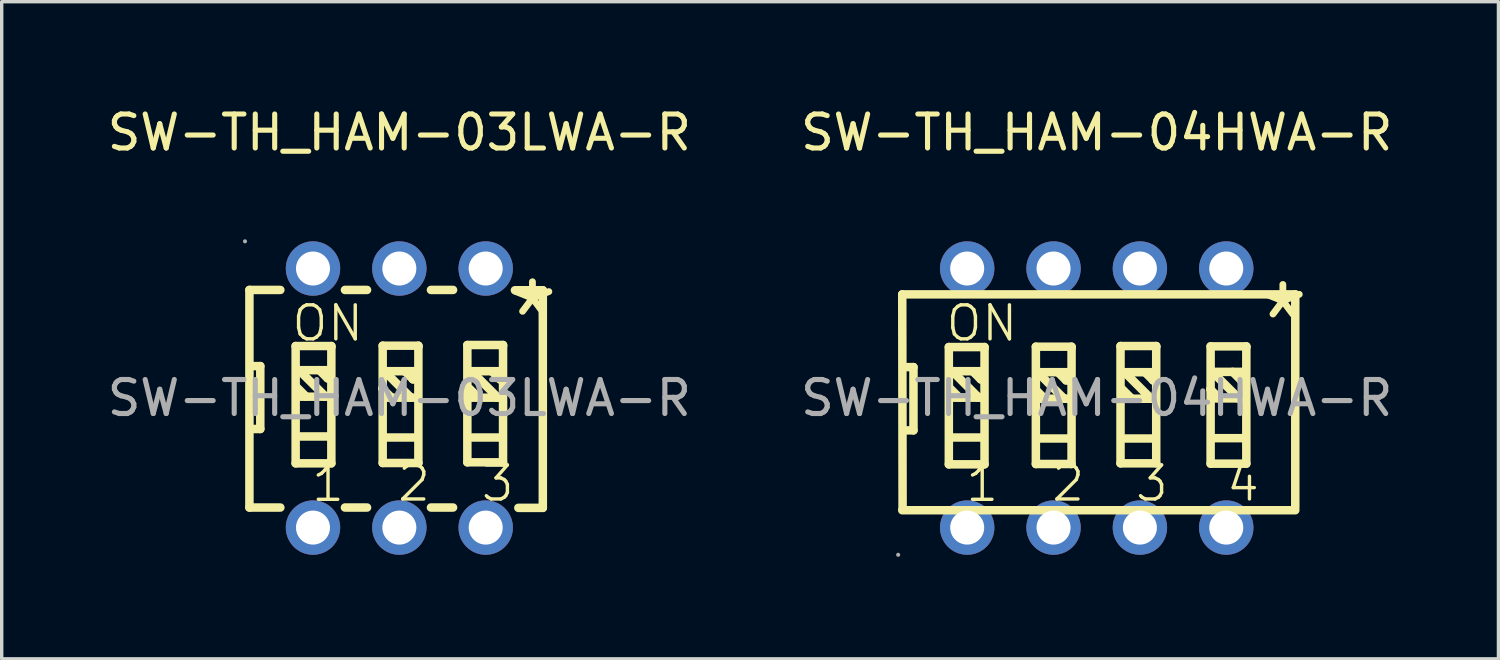
<source format=kicad_pcb>
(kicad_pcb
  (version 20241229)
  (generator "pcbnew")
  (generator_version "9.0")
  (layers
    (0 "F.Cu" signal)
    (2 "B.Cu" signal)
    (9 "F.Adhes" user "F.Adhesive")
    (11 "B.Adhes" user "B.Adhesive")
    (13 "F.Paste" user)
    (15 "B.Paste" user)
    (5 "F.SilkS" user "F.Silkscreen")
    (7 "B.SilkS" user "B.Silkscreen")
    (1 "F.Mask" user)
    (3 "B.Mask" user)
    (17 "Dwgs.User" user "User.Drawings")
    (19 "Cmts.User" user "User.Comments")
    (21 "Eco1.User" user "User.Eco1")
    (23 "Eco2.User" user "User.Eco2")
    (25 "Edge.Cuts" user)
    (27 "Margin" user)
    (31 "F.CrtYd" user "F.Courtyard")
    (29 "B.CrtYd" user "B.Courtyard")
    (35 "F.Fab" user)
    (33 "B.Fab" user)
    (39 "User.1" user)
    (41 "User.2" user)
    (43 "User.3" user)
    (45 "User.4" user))
  (footprint "SW-TH_HAM-04HWA-R"
    (layer "F.Cu")
    (at 29.208 8.658)
    (property "Reference" "SW-TH_HAM-04HWA-R" (at 0 -7.81 0) (layer "F.SilkS") (effects (font (size 1 1) (thickness 0.15))))
    (attr through_hole)
    (fp_line (start -5.72 -3.05) (end -5.71 3.25) (stroke (width 0.25) (type solid)) (layer "F.SilkS"))
    (fp_line (start -5.72 -3.05) (end 5.84 -3.05) (stroke (width 0.25) (type solid)) (layer "F.SilkS"))
    (fp_line (start -5.72 3.3) (end 5.84 3.3) (stroke (width 0.25) (type solid)) (layer "F.SilkS"))
    (fp_line (start -5.69 -0.91) (end -5.39 -0.91) (stroke (width 0.25) (type solid)) (layer "F.SilkS"))
    (fp_line (start -5.39 -0.91) (end -5.39 0.95) (stroke (width 0.25) (type solid)) (layer "F.SilkS"))
    (fp_line (start -5.39 0.95) (end -5.66 0.95) (stroke (width 0.25) (type solid)) (layer "F.SilkS"))
    (fp_line (start -4.35 -1.5) (end -4.35 1.95) (stroke (width 0.25) (type solid)) (layer "F.SilkS"))
    (fp_line (start -4.35 1.95) (end -3.3 1.95) (stroke (width 0.25) (type solid)) (layer "F.SilkS"))
    (fp_line (start -4.25 -0.79) (end -3.5 -0.04) (stroke (width 0.25) (type solid)) (layer "F.SilkS"))
    (fp_line (start -4.24 -0.01) (end -3.37 -0.01) (stroke (width 0.25) (type solid)) (layer "F.SilkS"))
    (fp_line (start -4.22 -0.79) (end -3.35 -0.79) (stroke (width 0.25) (type solid)) (layer "F.SilkS"))
    (fp_line (start -4.22 1.16) (end -3.35 1.16) (stroke (width 0.25) (type solid)) (layer "F.SilkS"))
    (fp_line (start -4.04 -0.01) (end -4.31 -0.28) (stroke (width 0.25) (type solid)) (layer "F.SilkS"))
    (fp_line (start -3.65 -0.79) (end -3.41 -0.55) (stroke (width 0.25) (type solid)) (layer "F.SilkS"))
    (fp_line (start -3.5 -0.04) (end -3.5 -0.01) (stroke (width 0.25) (type solid)) (layer "F.SilkS"))
    (fp_line (start -3.41 -0.55) (end -3.38 -0.55) (stroke (width 0.25) (type solid)) (layer "F.SilkS"))
    (fp_line (start -3.3 -1.5) (end -4.35 -1.5) (stroke (width 0.25) (type solid)) (layer "F.SilkS"))
    (fp_line (start -3.3 -1.47) (end -3.3 -1.5) (stroke (width 0.25) (type solid)) (layer "F.SilkS"))
    (fp_line (start -3.3 1.95) (end -3.3 -1.47) (stroke (width 0.25) (type solid)) (layer "F.SilkS"))
    (fp_line (start -1.79 -1.51) (end -1.79 1.94) (stroke (width 0.25) (type solid)) (layer "F.SilkS"))
    (fp_line (start -1.79 1.94) (end -0.74 1.94) (stroke (width 0.25) (type solid)) (layer "F.SilkS"))
    (fp_line (start -1.74 -0.76) (end -0.99 -0.01) (stroke (width 0.25) (type solid)) (layer "F.SilkS"))
    (fp_line (start -1.73 0.02) (end -0.86 0.02) (stroke (width 0.25) (type solid)) (layer "F.SilkS"))
    (fp_line (start -1.71 -0.76) (end -0.84 -0.76) (stroke (width 0.25) (type solid)) (layer "F.SilkS"))
    (fp_line (start -1.71 1.19) (end -0.84 1.19) (stroke (width 0.25) (type solid)) (layer "F.SilkS"))
    (fp_line (start -1.53 0.02) (end -1.8 -0.25) (stroke (width 0.25) (type solid)) (layer "F.SilkS"))
    (fp_line (start -1.14 -0.76) (end -0.9 -0.52) (stroke (width 0.25) (type solid)) (layer "F.SilkS"))
    (fp_line (start -0.99 -0.01) (end -0.99 0.02) (stroke (width 0.25) (type solid)) (layer "F.SilkS"))
    (fp_line (start -0.9 -0.52) (end -0.87 -0.52) (stroke (width 0.25) (type solid)) (layer "F.SilkS"))
    (fp_line (start -0.74 -1.51) (end -1.79 -1.51) (stroke (width 0.25) (type solid)) (layer "F.SilkS"))
    (fp_line (start -0.74 -1.48) (end -0.74 -1.51) (stroke (width 0.25) (type solid)) (layer "F.SilkS"))
    (fp_line (start -0.74 1.94) (end -0.74 -1.48) (stroke (width 0.25) (type solid)) (layer "F.SilkS"))
    (fp_line (start 0.7 -1.53) (end 0.7 1.92) (stroke (width 0.25) (type solid)) (layer "F.SilkS"))
    (fp_line (start 0.7 1.92) (end 1.75 1.92) (stroke (width 0.25) (type solid)) (layer "F.SilkS"))
    (fp_line (start 0.82 -0.76) (end 1.57 -0.01) (stroke (width 0.25) (type solid)) (layer "F.SilkS"))
    (fp_line (start 0.83 0.02) (end 1.7 0.02) (stroke (width 0.25) (type solid)) (layer "F.SilkS"))
    (fp_line (start 0.85 -0.76) (end 1.72 -0.76) (stroke (width 0.25) (type solid)) (layer "F.SilkS"))
    (fp_line (start 0.85 1.19) (end 1.72 1.19) (stroke (width 0.25) (type solid)) (layer "F.SilkS"))
    (fp_line (start 1.03 0.02) (end 0.76 -0.25) (stroke (width 0.25) (type solid)) (layer "F.SilkS"))
    (fp_line (start 1.42 -0.76) (end 1.66 -0.52) (stroke (width 0.25) (type solid)) (layer "F.SilkS"))
    (fp_line (start 1.57 -0.01) (end 1.57 0.02) (stroke (width 0.25) (type solid)) (layer "F.SilkS"))
    (fp_line (start 1.66 -0.52) (end 1.69 -0.52) (stroke (width 0.25) (type solid)) (layer "F.SilkS"))
    (fp_line (start 1.75 -1.53) (end 0.7 -1.53) (stroke (width 0.25) (type solid)) (layer "F.SilkS"))
    (fp_line (start 1.75 -1.5) (end 1.75 -1.53) (stroke (width 0.25) (type solid)) (layer "F.SilkS"))
    (fp_line (start 1.75 1.92) (end 1.75 -1.5) (stroke (width 0.25) (type solid)) (layer "F.SilkS"))
    (fp_line (start 3.35 -1.52) (end 3.35 1.93) (stroke (width 0.25) (type solid)) (layer "F.SilkS"))
    (fp_line (start 3.35 1.93) (end 4.4 1.93) (stroke (width 0.25) (type solid)) (layer "F.SilkS"))
    (fp_line (start 3.4 -0.77) (end 4.15 -0.02) (stroke (width 0.25) (type solid)) (layer "F.SilkS"))
    (fp_line (start 3.41 0.01) (end 4.28 0.01) (stroke (width 0.25) (type solid)) (layer "F.SilkS"))
    (fp_line (start 3.43 -0.77) (end 4.3 -0.77) (stroke (width 0.25) (type solid)) (layer "F.SilkS"))
    (fp_line (start 3.43 1.18) (end 4.3 1.18) (stroke (width 0.25) (type solid)) (layer "F.SilkS"))
    (fp_line (start 3.61 0.01) (end 3.34 -0.26) (stroke (width 0.25) (type solid)) (layer "F.SilkS"))
    (fp_line (start 4 -0.77) (end 4.24 -0.53) (stroke (width 0.25) (type solid)) (layer "F.SilkS"))
    (fp_line (start 4.15 -0.02) (end 4.15 0.01) (stroke (width 0.25) (type solid)) (layer "F.SilkS"))
    (fp_line (start 4.24 -0.53) (end 4.27 -0.53) (stroke (width 0.25) (type solid)) (layer "F.SilkS"))
    (fp_line (start 4.4 -1.52) (end 3.35 -1.52) (stroke (width 0.25) (type solid)) (layer "F.SilkS"))
    (fp_line (start 4.4 -1.49) (end 4.4 -1.52) (stroke (width 0.25) (type solid)) (layer "F.SilkS"))
    (fp_line (start 4.4 1.93) (end 4.4 -1.49) (stroke (width 0.25) (type solid)) (layer "F.SilkS"))
    (fp_line (start 5.84 -3.05) (end 5.84 3.22) (stroke (width 0.25) (type solid)) (layer "F.SilkS"))
    (fp_circle (center -5.84 4.61) (end -5.81 4.61) (stroke (width 0.06) (type solid)) (fill no) (layer "F.Fab"))
    (fp_circle (center -3.81 -3.81) (end -3.61 -3.81) (stroke (width 0.4) (type solid)) (fill no) (layer "F.Fab"))
    (fp_circle (center -3.81 3.81) (end -3.61 3.81) (stroke (width 0.4) (type solid)) (fill no) (layer "F.Fab"))
    (fp_circle (center -1.27 -3.81) (end -1.07 -3.81) (stroke (width 0.4) (type solid)) (fill no) (layer "F.Fab"))
    (fp_circle (center -1.27 3.81) (end -1.07 3.81) (stroke (width 0.4) (type solid)) (fill no) (layer "F.Fab"))
    (fp_circle (center 1.27 -3.81) (end 1.47 -3.81) (stroke (width 0.4) (type solid)) (fill no) (layer "F.Fab"))
    (fp_circle (center 1.27 3.81) (end 1.47 3.81) (stroke (width 0.4) (type solid)) (fill no) (layer "F.Fab"))
    (fp_circle (center 3.81 -3.81) (end 4.01 -3.81) (stroke (width 0.4) (type solid)) (fill no) (layer "F.Fab"))
    (fp_circle (center 3.81 3.81) (end 4.01 3.81) (stroke (width 0.4) (type solid)) (fill no) (layer "F.Fab"))
    (fp_text user "3" (at 1.08 2.51 0) (layer "F.SilkS") (effects (font (size 1 1) (thickness 0.1)) (justify left)))
    (fp_text user "4" (at 3.76 2.51 0) (layer "F.SilkS") (effects (font (size 1 1) (thickness 0.1)) (justify left)))
    (fp_text user "*" (at 4.57 -2.24 0) (layer "F.SilkS") (effects (font (size 2.03 2.03) (thickness 0.2)) (justify left)))
    (fp_text user "2" (at -1.38 2.51 0) (layer "F.SilkS") (effects (font (size 1 1) (thickness 0.1)) (justify left)))
    (fp_text user "1" (at -3.91 2.52 0) (layer "F.SilkS") (effects (font (size 1 1) (thickness 0.1)) (justify left)))
    (fp_text user "ON" (at -4.49 -2.2 0) (layer "F.SilkS") (effects (font (size 1 1) (thickness 0.1)) (justify left)))
    (fp_text user "${REFERENCE}" (at 0 0 0) (layer "F.Fab") (effects (font (size 1 1) (thickness 0.15))))
    (pad "1" thru_hole circle (at -3.81 3.81) (size 1.6 1.6) (drill 1) (layers "*.Cu" "*.Paste" "*.Mask"))
    (pad "2" thru_hole circle (at -1.27 3.81) (size 1.6 1.6) (drill 1) (layers "*.Cu" "*.Paste" "*.Mask"))
    (pad "3" thru_hole circle (at 1.27 3.81) (size 1.6 1.6) (drill 1) (layers "*.Cu" "*.Paste" "*.Mask"))
    (pad "4" thru_hole circle (at 3.81 3.81) (size 1.6 1.6) (drill 1) (layers "*.Cu" "*.Paste" "*.Mask"))
    (pad "5" thru_hole circle (at 3.81 -3.81) (size 1.6 1.6) (drill 1) (layers "*.Cu" "*.Paste" "*.Mask"))
    (pad "6" thru_hole circle (at 1.27 -3.81) (size 1.6 1.6) (drill 1) (layers "*.Cu" "*.Paste" "*.Mask"))
    (pad "7" thru_hole circle (at -1.27 -3.81) (size 1.6 1.6) (drill 1) (layers "*.Cu" "*.Paste" "*.Mask"))
    (pad "8" thru_hole circle (at -3.81 -3.81) (size 1.6 1.6) (drill 1) (layers "*.Cu" "*.Paste" "*.Mask")))
  (footprint "SW-TH_HAM-03LWA-R"
    (layer "F.Cu")
    (at 8.696 8.658)
    (property "Reference" "SW-TH_HAM-03LWA-R" (at 0 -7.81 0) (layer "F.SilkS") (effects (font (size 1 1) (thickness 0.15))))
    (attr through_hole)
    (fp_line (start -4.41 -3.18) (end -4.41 3.22) (stroke (width 0.25) (type solid)) (layer "F.SilkS"))
    (fp_line (start -4.41 -3.18) (end -3.5 -3.18) (stroke (width 0.25) (type solid)) (layer "F.SilkS"))
    (fp_line (start -4.41 3.22) (end -3.5 3.22) (stroke (width 0.25) (type solid)) (layer "F.SilkS"))
    (fp_line (start -4.39 -0.94) (end -4.09 -0.94) (stroke (width 0.25) (type solid)) (layer "F.SilkS"))
    (fp_line (start -4.09 -0.94) (end -4.09 0.91) (stroke (width 0.25) (type solid)) (layer "F.SilkS"))
    (fp_line (start -4.09 0.91) (end -4.37 0.91) (stroke (width 0.25) (type solid)) (layer "F.SilkS"))
    (fp_line (start -3.05 -1.53) (end -3.05 1.92) (stroke (width 0.25) (type solid)) (layer "F.SilkS"))
    (fp_line (start -3.05 1.92) (end -2 1.92) (stroke (width 0.25) (type solid)) (layer "F.SilkS"))
    (fp_line (start -2.95 -0.82) (end -2.2 -0.07) (stroke (width 0.25) (type solid)) (layer "F.SilkS"))
    (fp_line (start -2.94 -0.04) (end -2.07 -0.04) (stroke (width 0.25) (type solid)) (layer "F.SilkS"))
    (fp_line (start -2.92 -0.82) (end -2.05 -0.82) (stroke (width 0.25) (type solid)) (layer "F.SilkS"))
    (fp_line (start -2.92 1.13) (end -2.05 1.13) (stroke (width 0.25) (type solid)) (layer "F.SilkS"))
    (fp_line (start -2.74 -0.04) (end -3.01 -0.31) (stroke (width 0.25) (type solid)) (layer "F.SilkS"))
    (fp_line (start -2.35 -0.82) (end -2.11 -0.58) (stroke (width 0.25) (type solid)) (layer "F.SilkS"))
    (fp_line (start -2.2 -0.07) (end -2.2 -0.04) (stroke (width 0.25) (type solid)) (layer "F.SilkS"))
    (fp_line (start -2.11 -0.58) (end -2.08 -0.58) (stroke (width 0.25) (type solid)) (layer "F.SilkS"))
    (fp_line (start -2 -1.53) (end -3.05 -1.53) (stroke (width 0.25) (type solid)) (layer "F.SilkS"))
    (fp_line (start -2 -1.5) (end -2 -1.53) (stroke (width 0.25) (type solid)) (layer "F.SilkS"))
    (fp_line (start -2 1.92) (end -2 -1.5) (stroke (width 0.25) (type solid)) (layer "F.SilkS"))
    (fp_line (start -1.6 -3.18) (end -0.95 -3.18) (stroke (width 0.25) (type solid)) (layer "F.SilkS"))
    (fp_line (start -1.6 3.22) (end -0.95 3.22) (stroke (width 0.25) (type solid)) (layer "F.SilkS"))
    (fp_line (start -0.49 -1.54) (end -0.49 1.91) (stroke (width 0.25) (type solid)) (layer "F.SilkS"))
    (fp_line (start -0.49 1.91) (end 0.56 1.91) (stroke (width 0.25) (type solid)) (layer "F.SilkS"))
    (fp_line (start -0.44 -0.79) (end 0.31 -0.04) (stroke (width 0.25) (type solid)) (layer "F.SilkS"))
    (fp_line (start -0.43 -0.01) (end 0.44 -0.01) (stroke (width 0.25) (type solid)) (layer "F.SilkS"))
    (fp_line (start -0.41 -0.79) (end 0.46 -0.79) (stroke (width 0.25) (type solid)) (layer "F.SilkS"))
    (fp_line (start -0.41 1.16) (end 0.46 1.16) (stroke (width 0.25) (type solid)) (layer "F.SilkS"))
    (fp_line (start -0.23 -0.01) (end -0.5 -0.28) (stroke (width 0.25) (type solid)) (layer "F.SilkS"))
    (fp_line (start 0.16 -0.79) (end 0.4 -0.55) (stroke (width 0.25) (type solid)) (layer "F.SilkS"))
    (fp_line (start 0.31 -0.04) (end 0.31 -0.01) (stroke (width 0.25) (type solid)) (layer "F.SilkS"))
    (fp_line (start 0.4 -0.55) (end 0.43 -0.55) (stroke (width 0.25) (type solid)) (layer "F.SilkS"))
    (fp_line (start 0.56 -1.54) (end -0.49 -1.54) (stroke (width 0.25) (type solid)) (layer "F.SilkS"))
    (fp_line (start 0.56 -1.51) (end 0.56 -1.54) (stroke (width 0.25) (type solid)) (layer "F.SilkS"))
    (fp_line (start 0.56 1.91) (end 0.56 -1.51) (stroke (width 0.25) (type solid)) (layer "F.SilkS"))
    (fp_line (start 0.93 -3.18) (end 1.58 -3.18) (stroke (width 0.25) (type solid)) (layer "F.SilkS"))
    (fp_line (start 0.93 3.22) (end 1.58 3.22) (stroke (width 0.25) (type solid)) (layer "F.SilkS"))
    (fp_line (start 2 -1.56) (end 2 1.89) (stroke (width 0.25) (type solid)) (layer "F.SilkS"))
    (fp_line (start 2 1.89) (end 3.05 1.89) (stroke (width 0.25) (type solid)) (layer "F.SilkS"))
    (fp_line (start 2.12 -0.79) (end 2.87 -0.04) (stroke (width 0.25) (type solid)) (layer "F.SilkS"))
    (fp_line (start 2.13 -0.01) (end 3 -0.01) (stroke (width 0.25) (type solid)) (layer "F.SilkS"))
    (fp_line (start 2.15 -0.79) (end 3.02 -0.79) (stroke (width 0.25) (type solid)) (layer "F.SilkS"))
    (fp_line (start 2.15 1.16) (end 3.02 1.16) (stroke (width 0.25) (type solid)) (layer "F.SilkS"))
    (fp_line (start 2.33 -0.01) (end 2.06 -0.28) (stroke (width 0.25) (type solid)) (layer "F.SilkS"))
    (fp_line (start 2.72 -0.79) (end 2.96 -0.55) (stroke (width 0.25) (type solid)) (layer "F.SilkS"))
    (fp_line (start 2.87 -0.04) (end 2.87 -0.01) (stroke (width 0.25) (type solid)) (layer "F.SilkS"))
    (fp_line (start 2.96 -0.55) (end 2.99 -0.55) (stroke (width 0.25) (type solid)) (layer "F.SilkS"))
    (fp_line (start 3.05 -1.56) (end 2 -1.56) (stroke (width 0.25) (type solid)) (layer "F.SilkS"))
    (fp_line (start 3.05 -1.53) (end 3.05 -1.56) (stroke (width 0.25) (type solid)) (layer "F.SilkS"))
    (fp_line (start 3.05 1.89) (end 3.05 -1.53) (stroke (width 0.25) (type solid)) (layer "F.SilkS"))
    (fp_line (start 3.4 -3.17) (end 4.22 -3.17) (stroke (width 0.25) (type solid)) (layer "F.SilkS"))
    (fp_line (start 3.5 3.23) (end 4.22 3.23) (stroke (width 0.25) (type solid)) (layer "F.SilkS"))
    (fp_line (start 4.22 -3.17) (end 4.22 3.23) (stroke (width 0.25) (type solid)) (layer "F.SilkS"))
    (fp_circle (center -4.54 -4.61) (end -4.51 -4.61) (stroke (width 0.06) (type solid)) (fill no) (layer "F.Fab"))
    (fp_circle (center -2.54 -3.81) (end -2.34 -3.81) (stroke (width 0.4) (type solid)) (fill no) (layer "F.Fab"))
    (fp_circle (center -2.54 3.81) (end -2.34 3.81) (stroke (width 0.4) (type solid)) (fill no) (layer "F.Fab"))
    (fp_circle (center 0 -3.81) (end 0.2 -3.81) (stroke (width 0.4) (type solid)) (fill no) (layer "F.Fab"))
    (fp_circle (center 0 3.81) (end 0.2 3.81) (stroke (width 0.4) (type solid)) (fill no) (layer "F.Fab"))
    (fp_circle (center 2.54 -3.81) (end 2.74 -3.81) (stroke (width 0.4) (type solid)) (fill no) (layer "F.Fab"))
    (fp_circle (center 2.54 3.81) (end 2.74 3.81) (stroke (width 0.4) (type solid)) (fill no) (layer "F.Fab"))
    (fp_text user "3" (at 2.35 2.51 0) (layer "F.SilkS") (effects (font (size 1 1) (thickness 0.1)) (justify left)))
    (fp_text user "2" (at -0.11 2.51 0) (layer "F.SilkS") (effects (font (size 1 1) (thickness 0.1)) (justify left)))
    (fp_text user "*" (at 3.01 -2.32 0) (layer "F.SilkS") (effects (font (size 2.03 2.03) (thickness 0.2)) (justify left)))
    (fp_text user "1" (at -2.64 2.52 0) (layer "F.SilkS") (effects (font (size 1 1) (thickness 0.1)) (justify left)))
    (fp_text user "ON" (at -3.22 -2.2 0) (layer "F.SilkS") (effects (font (size 1 1) (thickness 0.1)) (justify left)))
    (fp_text user "${REFERENCE}" (at 0 0 0) (layer "F.Fab") (effects (font (size 1 1) (thickness 0.15))))
    (pad "1" thru_hole circle (at -2.54 -3.81 180) (size 1.6 1.6) (drill 1) (layers "*.Cu" "*.Paste" "*.Mask"))
    (pad "2" thru_hole circle (at 0 -3.81 180) (size 1.6 1.6) (drill 1) (layers "*.Cu" "*.Paste" "*.Mask"))
    (pad "3" thru_hole circle (at 2.54 -3.81 180) (size 1.6 1.6) (drill 1) (layers "*.Cu" "*.Paste" "*.Mask"))
    (pad "4" thru_hole circle (at 2.54 3.81 180) (size 1.6 1.6) (drill 1) (layers "*.Cu" "*.Paste" "*.Mask"))
    (pad "5" thru_hole circle (at 0 3.81 180) (size 1.6 1.6) (drill 1) (layers "*.Cu" "*.Paste" "*.Mask"))
    (pad "6" thru_hole circle (at -2.54 3.81 180) (size 1.6 1.6) (drill 1) (layers "*.Cu" "*.Paste" "*.Mask")))
  (gr_rect
    (start -3 -3)
    (end 41.024 16.328)
    (stroke (width 0.1) (type default))
    (fill no)
    (layer "Edge.Cuts")))
</source>
